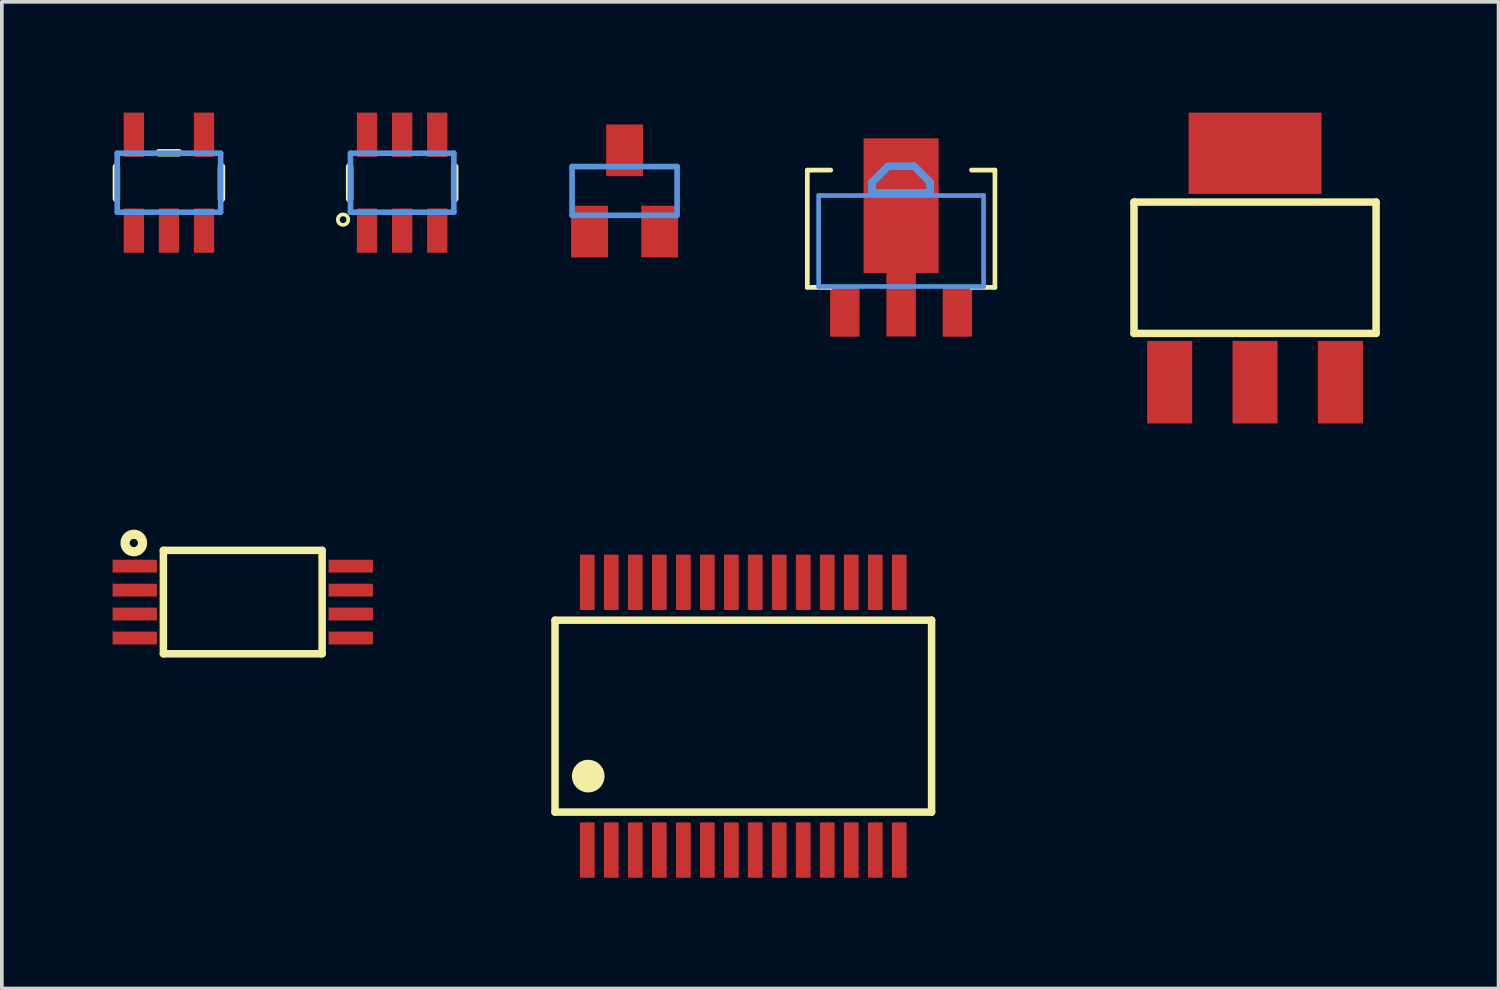
<source format=kicad_pcb>
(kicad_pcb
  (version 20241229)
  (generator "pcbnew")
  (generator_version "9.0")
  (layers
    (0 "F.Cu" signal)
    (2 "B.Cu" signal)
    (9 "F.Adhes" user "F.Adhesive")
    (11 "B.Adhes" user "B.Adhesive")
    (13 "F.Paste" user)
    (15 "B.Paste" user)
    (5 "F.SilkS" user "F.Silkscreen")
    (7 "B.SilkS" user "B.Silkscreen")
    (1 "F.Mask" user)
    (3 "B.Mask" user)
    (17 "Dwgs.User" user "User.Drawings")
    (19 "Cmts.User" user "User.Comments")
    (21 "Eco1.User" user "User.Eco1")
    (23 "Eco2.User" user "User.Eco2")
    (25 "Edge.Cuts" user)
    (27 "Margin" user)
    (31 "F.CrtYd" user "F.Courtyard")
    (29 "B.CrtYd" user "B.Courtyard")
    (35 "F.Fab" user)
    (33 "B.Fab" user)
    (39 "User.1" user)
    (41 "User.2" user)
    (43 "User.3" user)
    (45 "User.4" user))
  (footprint "SSOP08_5mm"
    (layer "F.Cu")
    (at 3.523 13.252)
    (property "Reference" "SSOP08_5mm" (at 0 -0.5 0) (layer "Eco1.User") (effects (font (size 0.6 0.6) (thickness 0.1))))
    (attr through_hole)
    (fp_line (start -2.149 -1.4) (end -2.149 1.4) (stroke (width 0.203) (type solid)) (layer "F.SilkS"))
    (fp_line (start -2.149 1.4) (end 2.149 1.4) (stroke (width 0.203) (type solid)) (layer "F.SilkS"))
    (fp_line (start 2.149 -1.4) (end -2.149 -1.4) (stroke (width 0.203) (type solid)) (layer "F.SilkS"))
    (fp_line (start 2.149 1.4) (end 2.149 -1.4) (stroke (width 0.203) (type solid)) (layer "F.SilkS"))
    (fp_circle (center -2.95 -1.6) (end -2.85 -1.55) (stroke (width 0.25) (type solid)) (fill no) (layer "F.SilkS"))
    (fp_circle (center -1.623 -0.648) (end -1.3 -0.648) (stroke (width 0.00012) (type solid)) (fill no) (layer "F.SilkS"))
    (pad "1" smd rect (at -2.924 -0.973) (size 1.199 0.348) (layers "F.Cu" "F.Mask" "F.Paste"))
    (pad "2" smd rect (at -2.924 -0.323) (size 1.199 0.348) (layers "F.Cu" "F.Mask" "F.Paste"))
    (pad "3" smd rect (at -2.924 0.323) (size 1.199 0.348) (layers "F.Cu" "F.Mask" "F.Paste"))
    (pad "4" smd rect (at -2.924 0.973) (size 1.199 0.348) (layers "F.Cu" "F.Mask" "F.Paste"))
    (pad "5" smd rect (at 2.924 0.973) (size 1.199 0.348) (layers "F.Cu" "F.Mask" "F.Paste"))
    (pad "6" smd rect (at 2.924 0.323) (size 1.199 0.348) (layers "F.Cu" "F.Mask" "F.Paste"))
    (pad "7" smd rect (at 2.924 -0.323) (size 1.199 0.348) (layers "F.Cu" "F.Mask" "F.Paste"))
    (pad "8" smd rect (at 2.924 -0.973) (size 1.199 0.348) (layers "F.Cu" "F.Mask" "F.Paste")))
  (footprint "SOT23-6"
    (layer "F.Cu")
    (at 7.839 1.897)
    (property "Reference" "SOT23-6" (at 0 -0.25 0) (layer "Eco1.User") (effects (font (size 0.254 0.254) (thickness 0.03))))
    (attr through_hole)
    (fp_line (start -1.422 0.429) (end -1.422 -0.429) (stroke (width 0.203) (type solid)) (layer "F.SilkS"))
    (fp_line (start 1.422 -0.429) (end 1.422 0.429) (stroke (width 0.203) (type solid)) (layer "F.SilkS"))
    (fp_circle (center -1.6 1) (end -1.5 0.9) (stroke (width 0.1) (type solid)) (fill no) (layer "F.SilkS"))
    (fp_line (start -1.4 -0.798) (end -1.4 0.798) (stroke (width 0.152) (type solid)) (layer "Cmts.User"))
    (fp_line (start -1.4 -0.798) (end 1.4 -0.798) (stroke (width 0.152) (type solid)) (layer "Cmts.User"))
    (fp_line (start 1.4 -0.798) (end 1.4 0.798) (stroke (width 0.152) (type solid)) (layer "Cmts.User"))
    (fp_line (start 1.4 0.798) (end -1.4 0.798) (stroke (width 0.152) (type solid)) (layer "Cmts.User"))
    (pad "1" smd rect (at -0.95 1.298) (size 0.549 1.199) (layers "F.Cu" "F.Mask" "F.Paste"))
    (pad "2" smd rect (at 0 1.298) (size 0.549 1.199) (layers "F.Cu" "F.Mask" "F.Paste"))
    (pad "3" smd rect (at 0.95 1.298) (size 0.549 1.199) (layers "F.Cu" "F.Mask" "F.Paste"))
    (pad "4" smd rect (at 0.95 -1.298) (size 0.549 1.199) (layers "F.Cu" "F.Mask" "F.Paste"))
    (pad "5" smd rect (at 0 -1.298) (size 0.549 1.199) (layers "F.Cu" "F.Mask" "F.Paste"))
    (pad "6" smd rect (at -0.95 -1.298) (size 0.549 1.199) (layers "F.Cu" "F.Mask" "F.Paste")))
  (footprint "SOT23"
    (layer "F.Cu")
    (at 13.862 2.12)
    (property "Reference" "SOT23" (at -0.076 -1.829 0) (layer "Eco1.User") (effects (font (size 0.406 0.406) (thickness 0.03))))
    (attr through_hole)
    (fp_line (start -1.422 -0.66) (end 1.422 -0.66) (stroke (width 0.152) (type solid)) (layer "Cmts.User"))
    (fp_line (start -1.422 0.66) (end -1.422 -0.66) (stroke (width 0.152) (type solid)) (layer "Cmts.User"))
    (fp_line (start 1.422 -0.66) (end 1.422 0.66) (stroke (width 0.152) (type solid)) (layer "Cmts.User"))
    (fp_line (start 1.422 0.66) (end -1.422 0.66) (stroke (width 0.152) (type solid)) (layer "Cmts.User"))
    (pad "1" smd rect (at -0.95 1.1) (size 0.998 1.4) (layers "F.Cu" "F.Mask" "F.Paste"))
    (pad "2" smd rect (at 0.95 1.1) (size 0.998 1.4) (layers "F.Cu" "F.Mask" "F.Paste"))
    (pad "3" smd rect (at 0 -1.1) (size 0.998 1.4) (layers "F.Cu" "F.Mask" "F.Paste")))
  (footprint "SOT89"
    (layer "F.Cu")
    (at 21.349 3.461)
    (property "Reference" "SOT89" (at 0 -2.54 0) (layer "Eco1.User") (effects (font (size 1.27 1.27) (thickness 0.102))))
    (attr through_hole)
    (fp_line (start -2.54 -1.905) (end -1.905 -1.905) (stroke (width 0.127) (type solid)) (layer "F.SilkS"))
    (fp_line (start -2.54 1.27) (end -2.54 -1.905) (stroke (width 0.127) (type solid)) (layer "F.SilkS"))
    (fp_line (start -1.905 1.27) (end -2.54 1.27) (stroke (width 0.127) (type solid)) (layer "F.SilkS"))
    (fp_line (start 1.905 -1.905) (end 2.54 -1.905) (stroke (width 0.127) (type solid)) (layer "F.SilkS"))
    (fp_line (start 2.54 -1.905) (end 2.54 1.27) (stroke (width 0.127) (type solid)) (layer "F.SilkS"))
    (fp_line (start 2.54 1.27) (end 1.905 1.27) (stroke (width 0.127) (type solid)) (layer "F.SilkS"))
    (fp_line (start -2.233 -1.217) (end 2.233 -1.217) (stroke (width 0.127) (type solid)) (layer "Cmts.User"))
    (fp_line (start -2.233 1.245) (end -2.233 -1.217) (stroke (width 0.127) (type solid)) (layer "Cmts.User"))
    (fp_line (start -0.787 -1.575) (end -0.356 -2.007) (stroke (width 0.198) (type solid)) (layer "Cmts.User"))
    (fp_line (start -0.787 -1.575) (end -0.356 -2.007) (stroke (width 0.198) (type solid)) (layer "Cmts.User"))
    (fp_line (start -0.787 -1.321) (end -0.787 -1.575) (stroke (width 0.198) (type solid)) (layer "Cmts.User"))
    (fp_line (start -0.787 -1.295) (end -0.787 -1.575) (stroke (width 0.198) (type solid)) (layer "Cmts.User"))
    (fp_line (start -0.787 -1.295) (end -0.787 -1.321) (stroke (width 0.198) (type solid)) (layer "Cmts.User"))
    (fp_line (start -0.356 -2.007) (end 0.305 -2.007) (stroke (width 0.198) (type solid)) (layer "Cmts.User"))
    (fp_line (start -0.356 -2.007) (end 0.356 -2.007) (stroke (width 0.198) (type solid)) (layer "Cmts.User"))
    (fp_line (start 0.305 -2.007) (end 0.356 -2.007) (stroke (width 0.198) (type solid)) (layer "Cmts.User"))
    (fp_line (start 0.356 -2.007) (end 0.787 -1.575) (stroke (width 0.198) (type solid)) (layer "Cmts.User"))
    (fp_line (start 0.356 -2.007) (end 0.787 -1.575) (stroke (width 0.198) (type solid)) (layer "Cmts.User"))
    (fp_line (start 0.787 -1.575) (end 0.787 -1.295) (stroke (width 0.198) (type solid)) (layer "Cmts.User"))
    (fp_line (start 0.787 -1.575) (end 0.787 -1.295) (stroke (width 0.198) (type solid)) (layer "Cmts.User"))
    (fp_line (start 0.787 -1.295) (end -0.787 -1.295) (stroke (width 0.198) (type solid)) (layer "Cmts.User"))
    (fp_line (start 0.787 -1.295) (end -0.787 -1.295) (stroke (width 0.198) (type solid)) (layer "Cmts.User"))
    (fp_line (start 2.233 -1.217) (end 2.233 1.245) (stroke (width 0.127) (type solid)) (layer "Cmts.User"))
    (fp_line (start 2.233 1.245) (end -2.233 1.245) (stroke (width 0.127) (type solid)) (layer "Cmts.User"))
    (pad "1" smd rect (at -1.524 1.905) (size 0.798 1.4) (layers "F.Cu" "F.Mask" "F.Paste"))
    (pad "2" smd rect (at 0 1.651) (size 0.798 1.9) (layers "F.Cu" "F.Mask" "F.Paste"))
    (pad "3" smd rect (at 1.524 1.905) (size 0.798 1.4) (layers "F.Cu" "F.Mask" "F.Paste"))
    (pad "4" smd rect (at 0 -0.94) (size 2.032 3.65) (layers "F.Cu" "F.Mask" "F.Paste")))
  (footprint "SSOP28"
    (layer "F.Cu")
    (at 17.076 16.341)
    (property "Reference" "SSOP28" (at -6.109 -1.181 90) (layer "Eco1.User") (effects (font (size 1.27 1.27) (thickness 0.102))))
    (attr through_hole)
    (fp_line (start -5.098 -2.598) (end -5.098 2.598) (stroke (width 0.203) (type solid)) (layer "F.SilkS"))
    (fp_line (start -5.098 2.598) (end 5.098 2.598) (stroke (width 0.203) (type solid)) (layer "F.SilkS"))
    (fp_line (start 5.098 -2.598) (end -5.098 -2.598) (stroke (width 0.203) (type solid)) (layer "F.SilkS"))
    (fp_line (start 5.098 2.598) (end 5.098 -2.598) (stroke (width 0.203) (type solid)) (layer "F.SilkS"))
    (fp_circle (center -4.199 1.623) (end -3.757 1.623) (stroke (width 0) (type solid)) (fill yes) (layer "F.SilkS"))
    (pad "1" smd rect (at -4.224 3.625) (size 0.399 1.499) (layers "F.Cu" "F.Mask" "F.Paste"))
    (pad "2" smd rect (at -3.574 3.625) (size 0.399 1.499) (layers "F.Cu" "F.Mask" "F.Paste"))
    (pad "3" smd rect (at -2.924 3.625) (size 0.399 1.499) (layers "F.Cu" "F.Mask" "F.Paste"))
    (pad "4" smd rect (at -2.273 3.625) (size 0.399 1.499) (layers "F.Cu" "F.Mask" "F.Paste"))
    (pad "5" smd rect (at -1.623 3.625) (size 0.399 1.499) (layers "F.Cu" "F.Mask" "F.Paste"))
    (pad "6" smd rect (at -0.973 3.625) (size 0.399 1.499) (layers "F.Cu" "F.Mask" "F.Paste"))
    (pad "7" smd rect (at -0.323 3.625) (size 0.399 1.499) (layers "F.Cu" "F.Mask" "F.Paste"))
    (pad "8" smd rect (at 0.323 3.625) (size 0.399 1.499) (layers "F.Cu" "F.Mask" "F.Paste"))
    (pad "9" smd rect (at 0.973 3.625) (size 0.399 1.499) (layers "F.Cu" "F.Mask" "F.Paste"))
    (pad "10" smd rect (at 1.623 3.625) (size 0.399 1.499) (layers "F.Cu" "F.Mask" "F.Paste"))
    (pad "11" smd rect (at 2.273 3.625) (size 0.399 1.499) (layers "F.Cu" "F.Mask" "F.Paste"))
    (pad "12" smd rect (at 2.924 3.625) (size 0.399 1.499) (layers "F.Cu" "F.Mask" "F.Paste"))
    (pad "13" smd rect (at 3.574 3.625) (size 0.399 1.499) (layers "F.Cu" "F.Mask" "F.Paste"))
    (pad "14" smd rect (at 4.224 3.625) (size 0.399 1.499) (layers "F.Cu" "F.Mask" "F.Paste"))
    (pad "15" smd rect (at 4.224 -3.625) (size 0.399 1.499) (layers "F.Cu" "F.Mask" "F.Paste"))
    (pad "16" smd rect (at 3.574 -3.625) (size 0.399 1.499) (layers "F.Cu" "F.Mask" "F.Paste"))
    (pad "17" smd rect (at 2.924 -3.625) (size 0.399 1.499) (layers "F.Cu" "F.Mask" "F.Paste"))
    (pad "18" smd rect (at 2.273 -3.625) (size 0.399 1.499) (layers "F.Cu" "F.Mask" "F.Paste"))
    (pad "19" smd rect (at 1.623 -3.625) (size 0.399 1.499) (layers "F.Cu" "F.Mask" "F.Paste"))
    (pad "20" smd rect (at 0.973 -3.625) (size 0.399 1.499) (layers "F.Cu" "F.Mask" "F.Paste"))
    (pad "21" smd rect (at 0.323 -3.625) (size 0.399 1.499) (layers "F.Cu" "F.Mask" "F.Paste"))
    (pad "22" smd rect (at -0.323 -3.625) (size 0.399 1.499) (layers "F.Cu" "F.Mask" "F.Paste"))
    (pad "23" smd rect (at -0.973 -3.625) (size 0.399 1.499) (layers "F.Cu" "F.Mask" "F.Paste"))
    (pad "24" smd rect (at -1.623 -3.625) (size 0.399 1.499) (layers "F.Cu" "F.Mask" "F.Paste"))
    (pad "25" smd rect (at -2.273 -3.625) (size 0.399 1.499) (layers "F.Cu" "F.Mask" "F.Paste"))
    (pad "26" smd rect (at -2.924 -3.625) (size 0.399 1.499) (layers "F.Cu" "F.Mask" "F.Paste"))
    (pad "27" smd rect (at -3.574 -3.625) (size 0.399 1.499) (layers "F.Cu" "F.Mask" "F.Paste"))
    (pad "28" smd rect (at -4.224 -3.625) (size 0.399 1.499) (layers "F.Cu" "F.Mask" "F.Paste")))
  (footprint "SOT23-5"
    (layer "F.Cu")
    (at 1.524 1.897)
    (property "Reference" "SOT23-5" (at 0 -0.25 0) (layer "Eco1.User") (effects (font (size 0.254 0.254) (thickness 0.03))))
    (attr through_hole)
    (fp_line (start -1.422 0.429) (end -1.422 -0.429) (stroke (width 0.203) (type solid)) (layer "F.SilkS"))
    (fp_line (start -0.267 -0.81) (end 0.267 -0.81) (stroke (width 0.203) (type solid)) (layer "F.SilkS"))
    (fp_line (start 1.422 -0.429) (end 1.422 0.429) (stroke (width 0.203) (type solid)) (layer "F.SilkS"))
    (fp_line (start -1.4 -0.798) (end -1.4 0.798) (stroke (width 0.152) (type solid)) (layer "Cmts.User"))
    (fp_line (start -1.4 -0.798) (end 1.4 -0.798) (stroke (width 0.152) (type solid)) (layer "Cmts.User"))
    (fp_line (start 1.4 -0.798) (end 1.4 0.798) (stroke (width 0.152) (type solid)) (layer "Cmts.User"))
    (fp_line (start 1.4 0.798) (end -1.4 0.798) (stroke (width 0.152) (type solid)) (layer "Cmts.User"))
    (pad "1" smd rect (at -0.95 1.298) (size 0.549 1.199) (layers "F.Cu" "F.Mask" "F.Paste"))
    (pad "2" smd rect (at 0 1.298) (size 0.549 1.199) (layers "F.Cu" "F.Mask" "F.Paste"))
    (pad "3" smd rect (at 0.95 1.298) (size 0.549 1.199) (layers "F.Cu" "F.Mask" "F.Paste"))
    (pad "4" smd rect (at 0.95 -1.298) (size 0.549 1.199) (layers "F.Cu" "F.Mask" "F.Paste"))
    (pad "5" smd rect (at -0.95 -1.298) (size 0.549 1.199) (layers "F.Cu" "F.Mask" "F.Paste")))
  (footprint "SOT223"
    (layer "F.Cu")
    (at 30.932 4.199)
    (property "Reference" "SOT223" (at 0 -0.254 0) (layer "Eco1.User") (effects (font (size 1.27 1.27) (thickness 0.102))))
    (attr through_hole)
    (fp_line (start -3.277 -1.778) (end 3.277 -1.778) (stroke (width 0.203) (type solid)) (layer "F.SilkS"))
    (fp_line (start -3.277 1.778) (end -3.277 -1.778) (stroke (width 0.203) (type solid)) (layer "F.SilkS"))
    (fp_line (start 3.277 -1.778) (end 3.277 1.778) (stroke (width 0.203) (type solid)) (layer "F.SilkS"))
    (fp_line (start 3.277 1.778) (end -3.277 1.778) (stroke (width 0.203) (type solid)) (layer "F.SilkS"))
    (pad "1" smd rect (at -2.311 3.099) (size 1.219 2.235) (layers "F.Cu" "F.Mask" "F.Paste"))
    (pad "2" smd rect (at 0 -3.099) (size 3.599 2.2) (layers "F.Cu" "F.Mask" "F.Paste"))
    (pad "2" smd rect (at 0 3.099) (size 1.219 2.235) (layers "F.Cu" "F.Mask" "F.Paste"))
    (pad "3" smd rect (at 2.311 3.099) (size 1.219 2.235) (layers "F.Cu" "F.Mask" "F.Paste")))
  (gr_rect
    (start -3 -3)
    (end 37.525 23.715)
    (stroke (width 0.1) (type default))
    (fill no)
    (layer "Edge.Cuts")))
</source>
